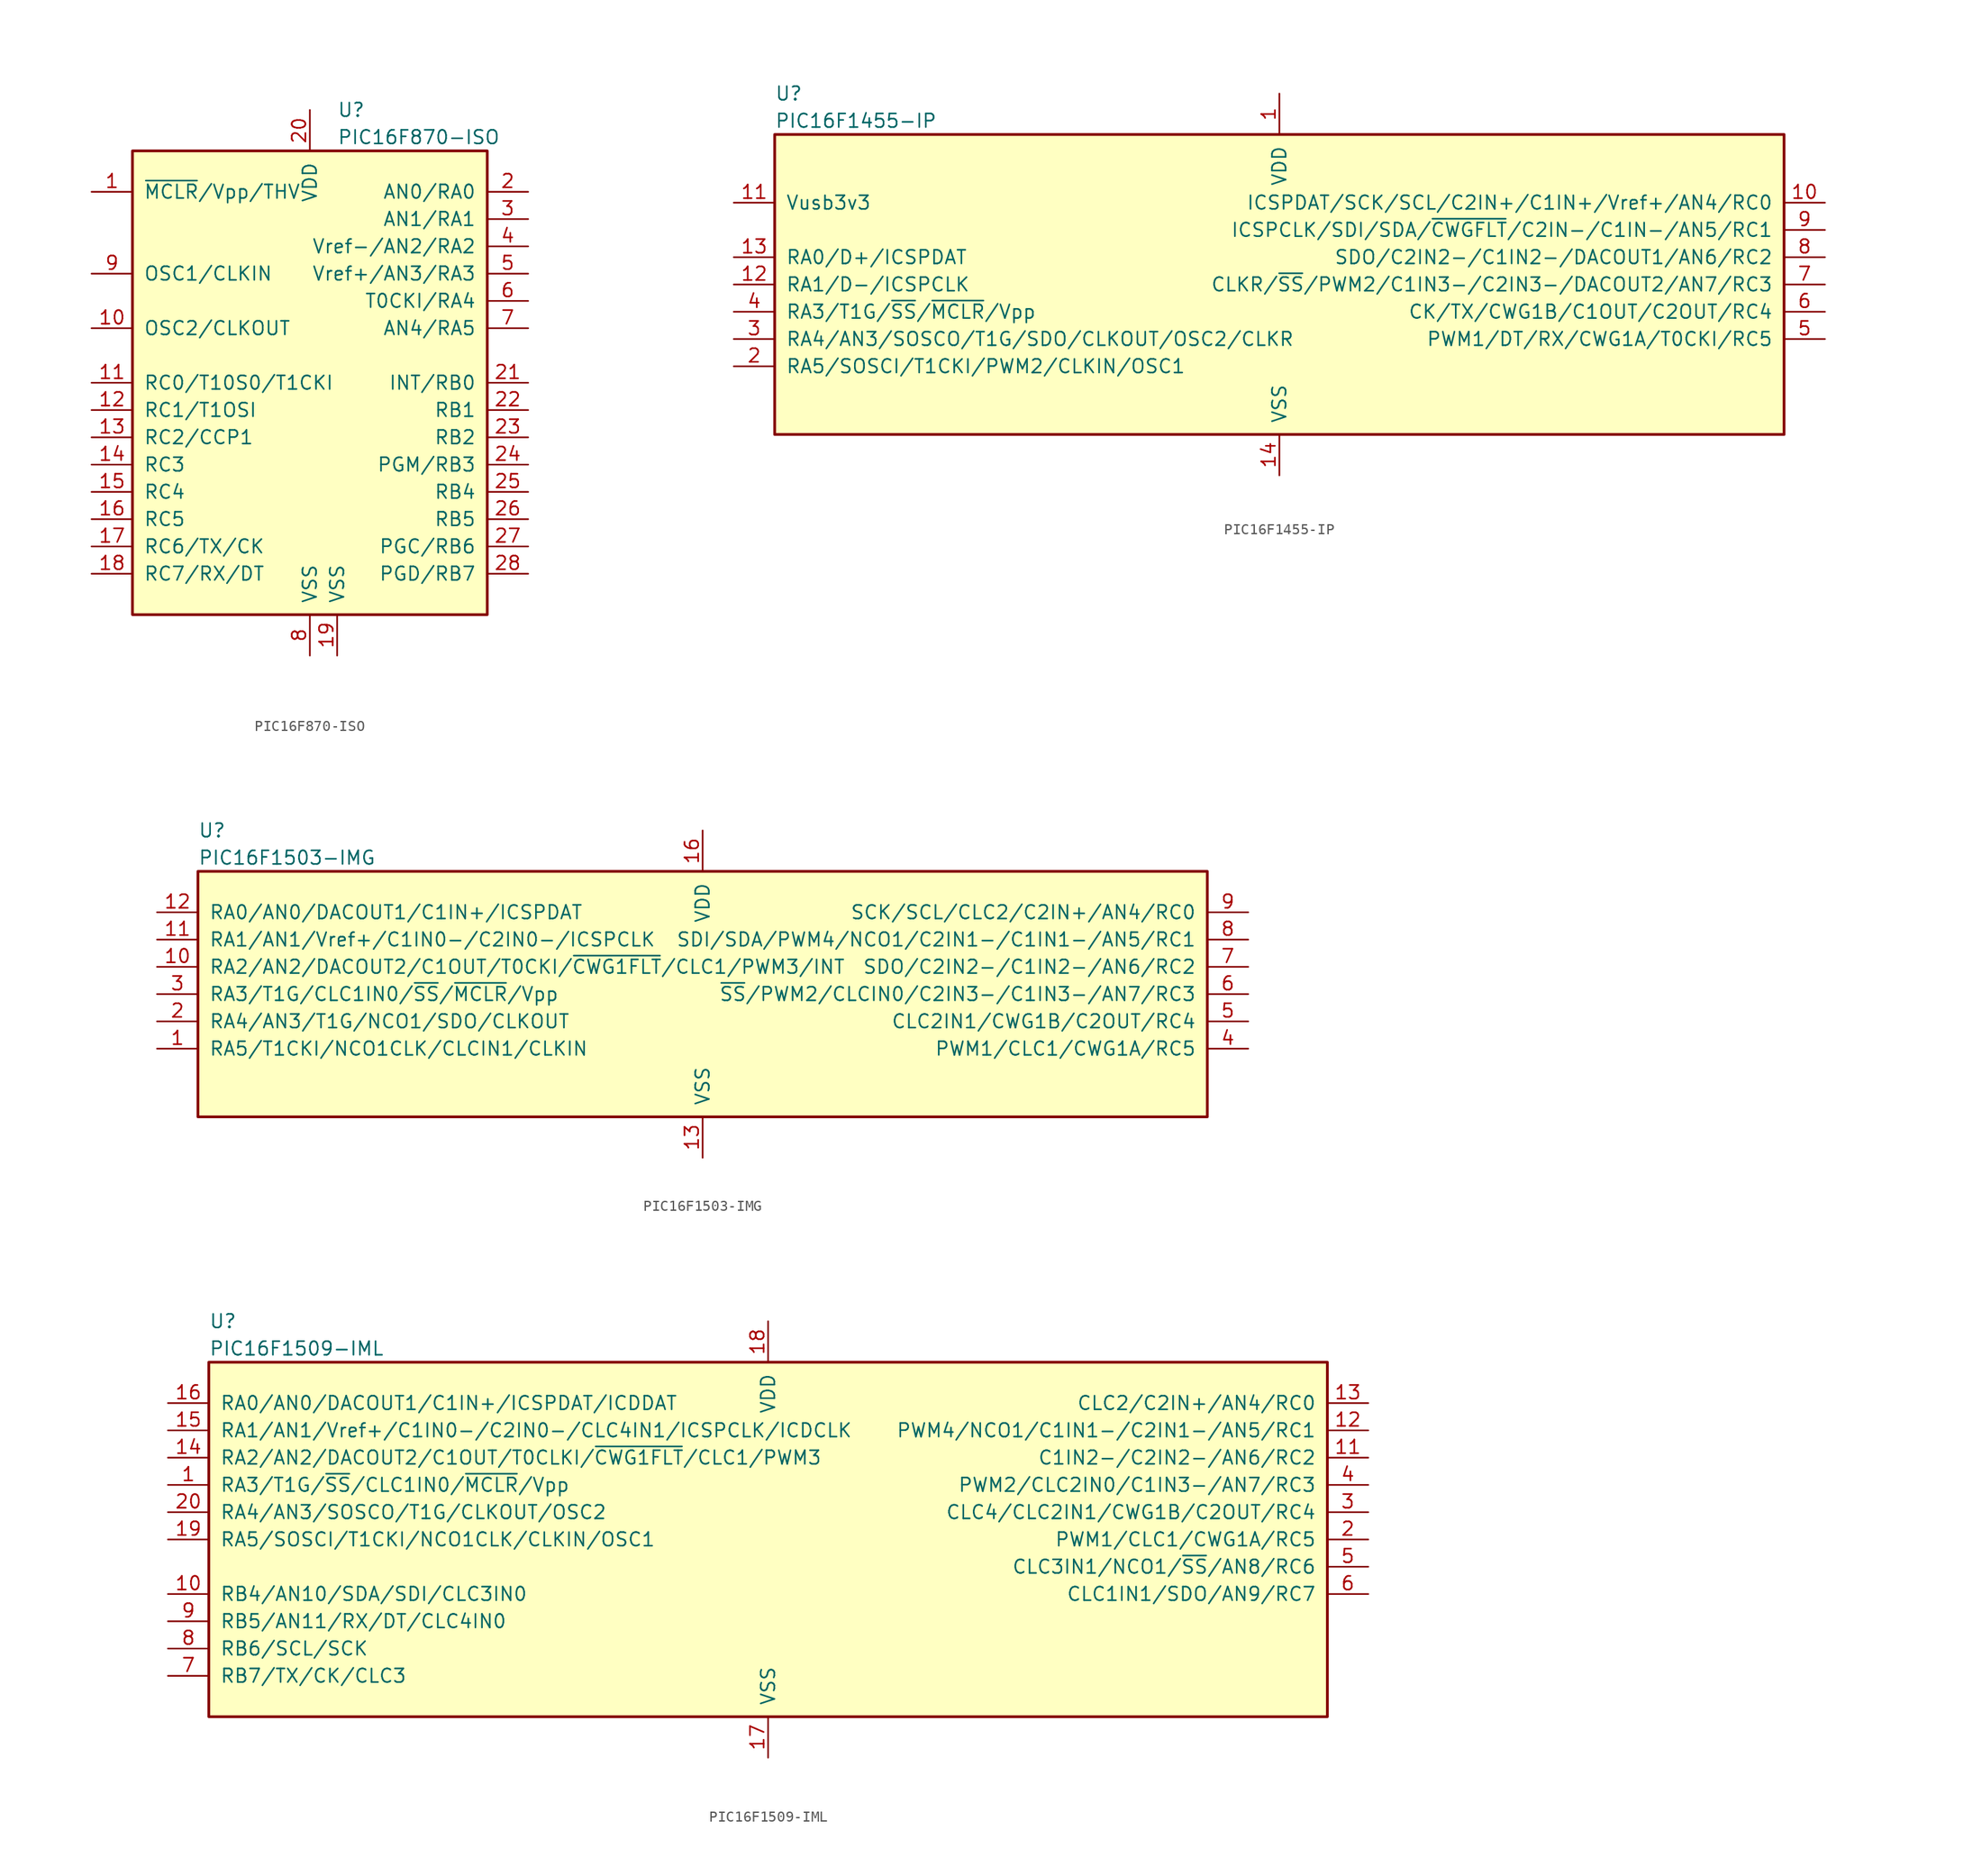
<source format=kicad_sym>
(kicad_symbol_lib
  (version 20220914)
  (generator kicad_symbol_editor)
  (symbol "PIC16F870-ISO"
    (pin_names
      (offset 1.016))
    (property "Reference" "U"
      (at 2.54 25.4 0)
      (effects (font (size 1.27 1.27)) (justify left)))
    (property "Value" "PIC16F870-ISO"
      (at 2.54 22.86 0)
      (effects (font (size 1.27 1.27)) (justify left)))
    (symbol "PIC16F870-ISO_0_1"
      (rectangle (start -16.51 -21.59) (end 16.51 21.59) (stroke (width 0.254) (type default)) (fill (type background))))
    (symbol "PIC16F870-ISO_1_1"
      (pin input line (at -20.32 17.78 0) (length 3.81) (name "~{MCLR}/Vpp/THV" (effects (font (size 1.27 1.27)))) (number "1" (effects (font (size 1.27 1.27)))))
      (pin output line (at -20.32 5.08 0) (length 3.81) (name "OSC2/CLKOUT" (effects (font (size 1.27 1.27)))) (number "10" (effects (font (size 1.27 1.27)))))
      (pin bidirectional line (at -20.32 0 0) (length 3.81) (name "RC0/T10S0/T1CKI" (effects (font (size 1.27 1.27)))) (number "11" (effects (font (size 1.27 1.27)))))
      (pin bidirectional line (at -20.32 -2.54 0) (length 3.81) (name "RC1/T1OSI" (effects (font (size 1.27 1.27)))) (number "12" (effects (font (size 1.27 1.27)))))
      (pin bidirectional line (at -20.32 -5.08 0) (length 3.81) (name "RC2/CCP1" (effects (font (size 1.27 1.27)))) (number "13" (effects (font (size 1.27 1.27)))))
      (pin bidirectional line (at -20.32 -7.62 0) (length 3.81) (name "RC3" (effects (font (size 1.27 1.27)))) (number "14" (effects (font (size 1.27 1.27)))))
      (pin bidirectional line (at -20.32 -10.16 0) (length 3.81) (name "RC4" (effects (font (size 1.27 1.27)))) (number "15" (effects (font (size 1.27 1.27)))))
      (pin bidirectional line (at -20.32 -12.7 0) (length 3.81) (name "RC5" (effects (font (size 1.27 1.27)))) (number "16" (effects (font (size 1.27 1.27)))))
      (pin bidirectional line (at -20.32 -15.24 0) (length 3.81) (name "RC6/TX/CK" (effects (font (size 1.27 1.27)))) (number "17" (effects (font (size 1.27 1.27)))))
      (pin bidirectional line (at -20.32 -17.78 0) (length 3.81) (name "RC7/RX/DT" (effects (font (size 1.27 1.27)))) (number "18" (effects (font (size 1.27 1.27)))))
      (pin power_in line (at 2.54 -25.4 90) (length 3.81) (name "VSS" (effects (font (size 1.27 1.27)))) (number "19" (effects (font (size 1.27 1.27)))))
      (pin bidirectional line (at 20.32 17.78 180) (length 3.81) (name "AN0/RA0" (effects (font (size 1.27 1.27)))) (number "2" (effects (font (size 1.27 1.27)))))
      (pin power_in line (at 0 25.4 270) (length 3.81) (name "VDD" (effects (font (size 1.27 1.27)))) (number "20" (effects (font (size 1.27 1.27)))))
      (pin bidirectional line (at 20.32 0 180) (length 3.81) (name "INT/RB0" (effects (font (size 1.27 1.27)))) (number "21" (effects (font (size 1.27 1.27)))))
      (pin bidirectional line (at 20.32 -2.54 180) (length 3.81) (name "RB1" (effects (font (size 1.27 1.27)))) (number "22" (effects (font (size 1.27 1.27)))))
      (pin bidirectional line (at 20.32 -5.08 180) (length 3.81) (name "RB2" (effects (font (size 1.27 1.27)))) (number "23" (effects (font (size 1.27 1.27)))))
      (pin bidirectional line (at 20.32 -7.62 180) (length 3.81) (name "PGM/RB3" (effects (font (size 1.27 1.27)))) (number "24" (effects (font (size 1.27 1.27)))))
      (pin bidirectional line (at 20.32 -10.16 180) (length 3.81) (name "RB4" (effects (font (size 1.27 1.27)))) (number "25" (effects (font (size 1.27 1.27)))))
      (pin bidirectional line (at 20.32 -12.7 180) (length 3.81) (name "RB5" (effects (font (size 1.27 1.27)))) (number "26" (effects (font (size 1.27 1.27)))))
      (pin bidirectional line (at 20.32 -15.24 180) (length 3.81) (name "PGC/RB6" (effects (font (size 1.27 1.27)))) (number "27" (effects (font (size 1.27 1.27)))))
      (pin bidirectional line (at 20.32 -17.78 180) (length 3.81) (name "PGD/RB7" (effects (font (size 1.27 1.27)))) (number "28" (effects (font (size 1.27 1.27)))))
      (pin bidirectional line (at 20.32 15.24 180) (length 3.81) (name "AN1/RA1" (effects (font (size 1.27 1.27)))) (number "3" (effects (font (size 1.27 1.27)))))
      (pin bidirectional line (at 20.32 12.7 180) (length 3.81) (name "Vref-/AN2/RA2" (effects (font (size 1.27 1.27)))) (number "4" (effects (font (size 1.27 1.27)))))
      (pin bidirectional line (at 20.32 10.16 180) (length 3.81) (name "Vref+/AN3/RA3" (effects (font (size 1.27 1.27)))) (number "5" (effects (font (size 1.27 1.27)))))
      (pin bidirectional line (at 20.32 7.62 180) (length 3.81) (name "T0CKI/RA4" (effects (font (size 1.27 1.27)))) (number "6" (effects (font (size 1.27 1.27)))))
      (pin bidirectional line (at 20.32 5.08 180) (length 3.81) (name "AN4/RA5" (effects (font (size 1.27 1.27)))) (number "7" (effects (font (size 1.27 1.27)))))
      (pin power_in line (at 0 -25.4 90) (length 3.81) (name "VSS" (effects (font (size 1.27 1.27)))) (number "8" (effects (font (size 1.27 1.27)))))
      (pin input line (at -20.32 10.16 0) (length 3.81) (name "OSC1/CLKIN" (effects (font (size 1.27 1.27)))) (number "9" (effects (font (size 1.27 1.27)))))))
  (symbol "PIC16F1455-IP"
    (pin_names
      (offset 1.016))
    (property "Reference" "U"
      (at -46.99 17.78 0)
      (effects (font (size 1.27 1.27)) (justify left)))
    (property "Value" "PIC16F1455-IP"
      (at -46.99 15.24 0)
      (effects (font (size 1.27 1.27)) (justify left)))
    (symbol "PIC16F1455-IP_0_1"
      (rectangle (start -46.99 13.97) (end 46.99 -13.97) (stroke (width 0.254) (type default)) (fill (type background))))
    (symbol "PIC16F1455-IP_1_1"
      (pin power_in line (at 0 17.78 270) (length 3.81) (name "VDD" (effects (font (size 1.27 1.27)))) (number "1" (effects (font (size 1.27 1.27)))))
      (pin bidirectional line (at 50.8 7.62 180) (length 3.81) (name "ICSPDAT/SCK/SCL/C2IN+/C1IN+/Vref+/AN4/RC0" (effects (font (size 1.27 1.27)))) (number "10" (effects (font (size 1.27 1.27)))))
      (pin bidirectional line (at -50.8 7.62 0) (length 3.81) (name "Vusb3v3" (effects (font (size 1.27 1.27)))) (number "11" (effects (font (size 1.27 1.27)))))
      (pin bidirectional line (at -50.8 0 0) (length 3.81) (name "RA1/D-/ICSPCLK" (effects (font (size 1.27 1.27)))) (number "12" (effects (font (size 1.27 1.27)))))
      (pin bidirectional line (at -50.8 2.54 0) (length 3.81) (name "RA0/D+/ICSPDAT" (effects (font (size 1.27 1.27)))) (number "13" (effects (font (size 1.27 1.27)))))
      (pin power_in line (at 0 -17.78 90) (length 3.81) (name "VSS" (effects (font (size 1.27 1.27)))) (number "14" (effects (font (size 1.27 1.27)))))
      (pin bidirectional line (at -50.8 -7.62 0) (length 3.81) (name "RA5/SOSCI/T1CKI/PWM2/CLKIN/OSC1" (effects (font (size 1.27 1.27)))) (number "2" (effects (font (size 1.27 1.27)))))
      (pin bidirectional line (at -50.8 -5.08 0) (length 3.81) (name "RA4/AN3/SOSCO/T1G/SDO/CLKOUT/OSC2/CLKR" (effects (font (size 1.27 1.27)))) (number "3" (effects (font (size 1.27 1.27)))))
      (pin input line (at -50.8 -2.54 0) (length 3.81) (name "RA3/T1G/~{SS}/~{MCLR}/Vpp" (effects (font (size 1.27 1.27)))) (number "4" (effects (font (size 1.27 1.27)))))
      (pin bidirectional line (at 50.8 -5.08 180) (length 3.81) (name "PWM1/DT/RX/CWG1A/T0CKI/RC5" (effects (font (size 1.27 1.27)))) (number "5" (effects (font (size 1.27 1.27)))))
      (pin bidirectional line (at 50.8 -2.54 180) (length 3.81) (name "CK/TX/CWG1B/C1OUT/C2OUT/RC4" (effects (font (size 1.27 1.27)))) (number "6" (effects (font (size 1.27 1.27)))))
      (pin bidirectional line (at 50.8 0 180) (length 3.81) (name "CLKR/~{SS}/PWM2/C1IN3-/C2IN3-/DACOUT2/AN7/RC3" (effects (font (size 1.27 1.27)))) (number "7" (effects (font (size 1.27 1.27)))))
      (pin bidirectional line (at 50.8 2.54 180) (length 3.81) (name "SDO/C2IN2-/C1IN2-/DACOUT1/AN6/RC2" (effects (font (size 1.27 1.27)))) (number "8" (effects (font (size 1.27 1.27)))))
      (pin bidirectional line (at 50.8 5.08 180) (length 3.81) (name "ICSPCLK/SDI/SDA/~{CWGFLT}/C2IN-/C1IN-/AN5/RC1" (effects (font (size 1.27 1.27)))) (number "9" (effects (font (size 1.27 1.27)))))))
  (symbol "PIC16F1503-IMG"
    (pin_names
      (offset 1.016))
    (property "Reference" "U"
      (at -46.99 15.24 0)
      (effects (font (size 1.27 1.27)) (justify left)))
    (property "Value" "PIC16F1503-IMG"
      (at -46.99 12.7 0)
      (effects (font (size 1.27 1.27)) (justify left)))
    (symbol "PIC16F1503-IMG_0_1"
      (rectangle (start -46.99 11.43) (end 46.99 -11.43) (stroke (width 0.254) (type default)) (fill (type background))))
    (symbol "PIC16F1503-IMG_1_1"
      (pin bidirectional line (at -50.8 -5.08 0) (length 3.81) (name "RA5/T1CKI/NCO1CLK/CLCIN1/CLKIN" (effects (font (size 1.27 1.27)))) (number "1" (effects (font (size 1.27 1.27)))))
      (pin bidirectional line (at -50.8 2.54 0) (length 3.81) (name "RA2/AN2/DACOUT2/C1OUT/T0CKI/~{CWG1FLT}/CLC1/PWM3/INT" (effects (font (size 1.27 1.27)))) (number "10" (effects (font (size 1.27 1.27)))))
      (pin bidirectional line (at -50.8 5.08 0) (length 3.81) (name "RA1/AN1/Vref+/C1IN0-/C2IN0-/ICSPCLK" (effects (font (size 1.27 1.27)))) (number "11" (effects (font (size 1.27 1.27)))))
      (pin bidirectional line (at -50.8 7.62 0) (length 3.81) (name "RA0/AN0/DACOUT1/C1IN+/ICSPDAT" (effects (font (size 1.27 1.27)))) (number "12" (effects (font (size 1.27 1.27)))))
      (pin power_in line (at 0 -15.24 90) (length 3.81) (name "VSS" (effects (font (size 1.27 1.27)))) (number "13" (effects (font (size 1.27 1.27)))))
      (pin power_in line (at 0 15.24 270) (length 3.81) (name "VDD" (effects (font (size 1.27 1.27)))) (number "16" (effects (font (size 1.27 1.27)))))
      (pin bidirectional line (at -50.8 -2.54 0) (length 3.81) (name "RA4/AN3/T1G/NCO1/SDO/CLKOUT" (effects (font (size 1.27 1.27)))) (number "2" (effects (font (size 1.27 1.27)))))
      (pin input line (at -50.8 0 0) (length 3.81) (name "RA3/T1G/CLC1IN0/~{SS}/~{MCLR}/Vpp" (effects (font (size 1.27 1.27)))) (number "3" (effects (font (size 1.27 1.27)))))
      (pin bidirectional line (at 50.8 -5.08 180) (length 3.81) (name "PWM1/CLC1/CWG1A/RC5" (effects (font (size 1.27 1.27)))) (number "4" (effects (font (size 1.27 1.27)))))
      (pin bidirectional line (at 50.8 -2.54 180) (length 3.81) (name "CLC2IN1/CWG1B/C2OUT/RC4" (effects (font (size 1.27 1.27)))) (number "5" (effects (font (size 1.27 1.27)))))
      (pin bidirectional line (at 50.8 0 180) (length 3.81) (name "~{SS}/PWM2/CLCIN0/C2IN3-/C1IN3-/AN7/RC3" (effects (font (size 1.27 1.27)))) (number "6" (effects (font (size 1.27 1.27)))))
      (pin bidirectional line (at 50.8 2.54 180) (length 3.81) (name "SDO/C2IN2-/C1IN2-/AN6/RC2" (effects (font (size 1.27 1.27)))) (number "7" (effects (font (size 1.27 1.27)))))
      (pin bidirectional line (at 50.8 5.08 180) (length 3.81) (name "SDI/SDA/PWM4/NCO1/C2IN1-/C1IN1-/AN5/RC1" (effects (font (size 1.27 1.27)))) (number "8" (effects (font (size 1.27 1.27)))))
      (pin bidirectional line (at 50.8 7.62 180) (length 3.81) (name "SCK/SCL/CLC2/C2IN+/AN4/RC0" (effects (font (size 1.27 1.27)))) (number "9" (effects (font (size 1.27 1.27)))))))
  (symbol "PIC16F1509-IML"
    (pin_names
      (offset 1.016))
    (property "Reference" "U"
      (at -52.07 20.32 0)
      (effects (font (size 1.27 1.27)) (justify left)))
    (property "Value" "PIC16F1509-IML"
      (at -52.07 17.78 0)
      (effects (font (size 1.27 1.27)) (justify left)))
    (symbol "PIC16F1509-IML_0_1"
      (rectangle (start -52.07 16.51) (end 52.07 -16.51) (stroke (width 0.254) (type default)) (fill (type background))))
    (symbol "PIC16F1509-IML_1_1"
      (pin input line (at -55.88 5.08 0) (length 3.81) (name "RA3/T1G/~{SS}/CLC1IN0/~{MCLR}/Vpp" (effects (font (size 1.27 1.27)))) (number "1" (effects (font (size 1.27 1.27)))))
      (pin bidirectional line (at -55.88 -5.08 0) (length 3.81) (name "RB4/AN10/SDA/SDI/CLC3IN0" (effects (font (size 1.27 1.27)))) (number "10" (effects (font (size 1.27 1.27)))))
      (pin bidirectional line (at 55.88 7.62 180) (length 3.81) (name "C1IN2-/C2IN2-/AN6/RC2" (effects (font (size 1.27 1.27)))) (number "11" (effects (font (size 1.27 1.27)))))
      (pin bidirectional line (at 55.88 10.16 180) (length 3.81) (name "PWM4/NCO1/C1IN1-/C2IN1-/AN5/RC1" (effects (font (size 1.27 1.27)))) (number "12" (effects (font (size 1.27 1.27)))))
      (pin bidirectional line (at 55.88 12.7 180) (length 3.81) (name "CLC2/C2IN+/AN4/RC0" (effects (font (size 1.27 1.27)))) (number "13" (effects (font (size 1.27 1.27)))))
      (pin bidirectional line (at -55.88 7.62 0) (length 3.81) (name "RA2/AN2/DACOUT2/C1OUT/T0CLKI/~{CWG1FLT}/CLC1/PWM3" (effects (font (size 1.27 1.27)))) (number "14" (effects (font (size 1.27 1.27)))))
      (pin bidirectional line (at -55.88 10.16 0) (length 3.81) (name "RA1/AN1/Vref+/C1IN0-/C2IN0-/CLC4IN1/ICSPCLK/ICDCLK" (effects (font (size 1.27 1.27)))) (number "15" (effects (font (size 1.27 1.27)))))
      (pin bidirectional line (at -55.88 12.7 0) (length 3.81) (name "RA0/AN0/DACOUT1/C1IN+/ICSPDAT/ICDDAT" (effects (font (size 1.27 1.27)))) (number "16" (effects (font (size 1.27 1.27)))))
      (pin power_in line (at 0 -20.32 90) (length 3.81) (name "VSS" (effects (font (size 1.27 1.27)))) (number "17" (effects (font (size 1.27 1.27)))))
      (pin power_in line (at 0 20.32 270) (length 3.81) (name "VDD" (effects (font (size 1.27 1.27)))) (number "18" (effects (font (size 1.27 1.27)))))
      (pin bidirectional line (at -55.88 0 0) (length 3.81) (name "RA5/SOSCI/T1CKI/NCO1CLK/CLKIN/OSC1" (effects (font (size 1.27 1.27)))) (number "19" (effects (font (size 1.27 1.27)))))
      (pin bidirectional line (at 55.88 0 180) (length 3.81) (name "PWM1/CLC1/CWG1A/RC5" (effects (font (size 1.27 1.27)))) (number "2" (effects (font (size 1.27 1.27)))))
      (pin bidirectional line (at -55.88 2.54 0) (length 3.81) (name "RA4/AN3/SOSCO/T1G/CLKOUT/OSC2" (effects (font (size 1.27 1.27)))) (number "20" (effects (font (size 1.27 1.27)))))
      (pin bidirectional line (at 55.88 2.54 180) (length 3.81) (name "CLC4/CLC2IN1/CWG1B/C2OUT/RC4" (effects (font (size 1.27 1.27)))) (number "3" (effects (font (size 1.27 1.27)))))
      (pin bidirectional line (at 55.88 5.08 180) (length 3.81) (name "PWM2/CLC2IN0/C1IN3-/AN7/RC3" (effects (font (size 1.27 1.27)))) (number "4" (effects (font (size 1.27 1.27)))))
      (pin bidirectional line (at 55.88 -2.54 180) (length 3.81) (name "CLC3IN1/NCO1/~{SS}/AN8/RC6" (effects (font (size 1.27 1.27)))) (number "5" (effects (font (size 1.27 1.27)))))
      (pin bidirectional line (at 55.88 -5.08 180) (length 3.81) (name "CLC1IN1/SDO/AN9/RC7" (effects (font (size 1.27 1.27)))) (number "6" (effects (font (size 1.27 1.27)))))
      (pin bidirectional line (at -55.88 -12.7 0) (length 3.81) (name "RB7/TX/CK/CLC3" (effects (font (size 1.27 1.27)))) (number "7" (effects (font (size 1.27 1.27)))))
      (pin bidirectional line (at -55.88 -10.16 0) (length 3.81) (name "RB6/SCL/SCK" (effects (font (size 1.27 1.27)))) (number "8" (effects (font (size 1.27 1.27)))))
      (pin bidirectional line (at -55.88 -7.62 0) (length 3.81) (name "RB5/AN11/RX/DT/CLC4IN0" (effects (font (size 1.27 1.27)))) (number "9" (effects (font (size 1.27 1.27))))))))
</source>
